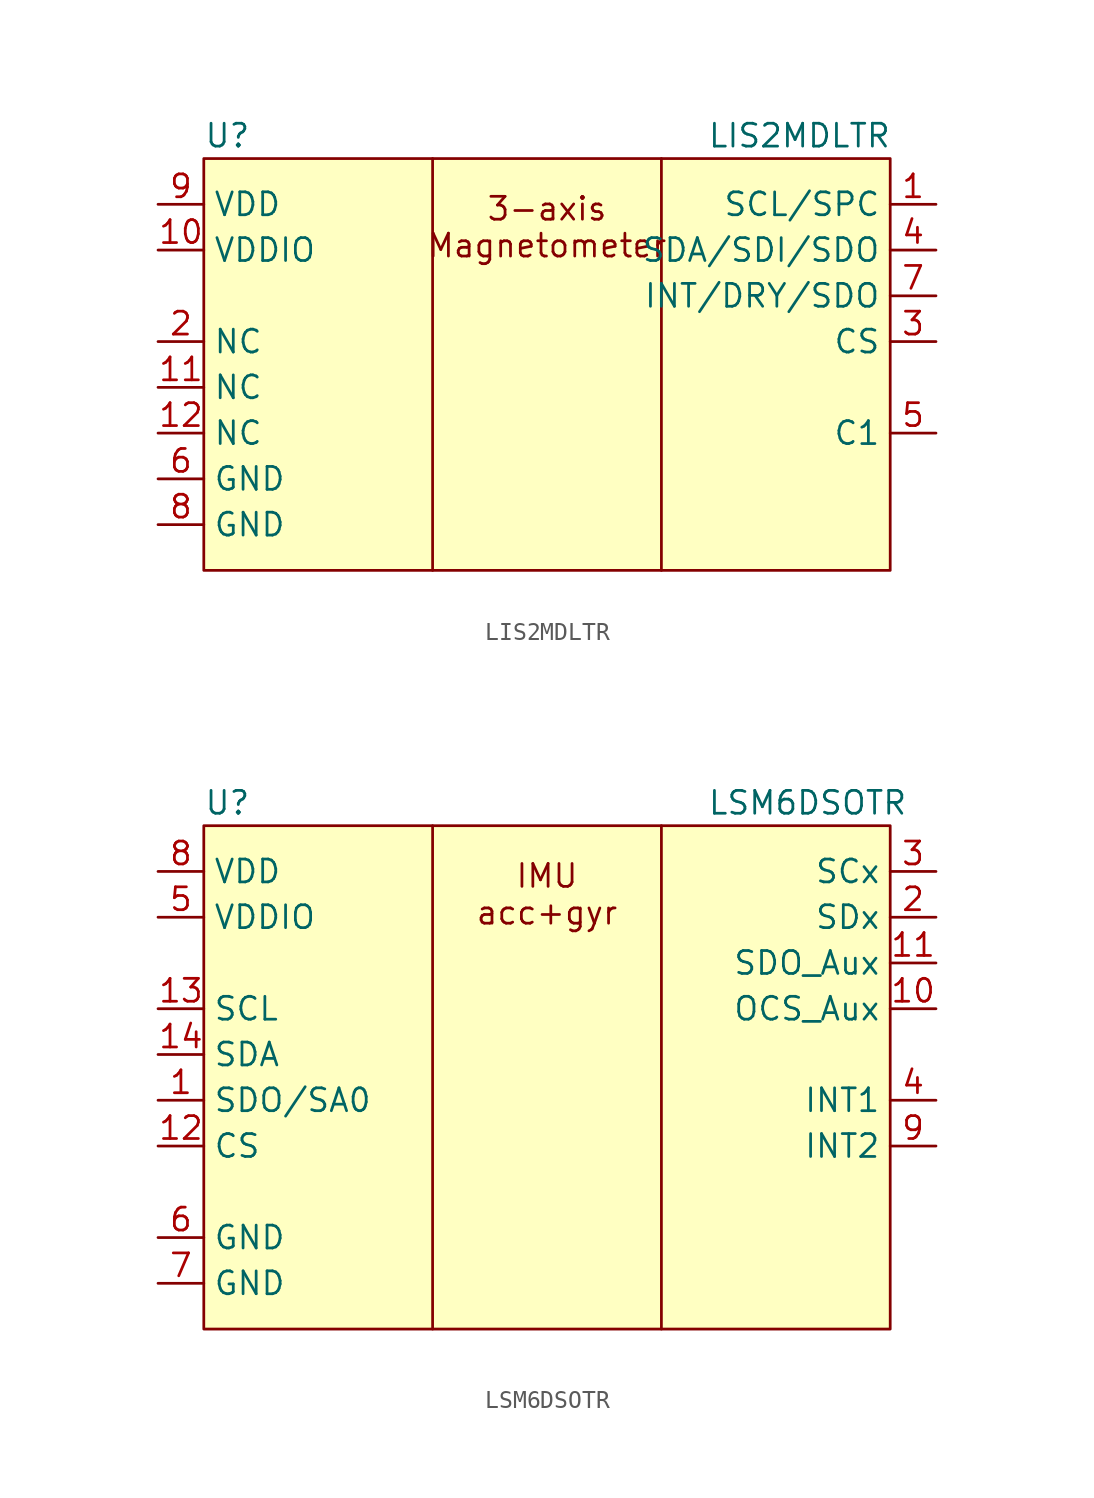
<source format=kicad_sym>
(kicad_symbol_lib
  (version 20231120)
  (generator "kicad_symbol_editor")
  (generator_version "8.0")
  (symbol "LIS2MDLTR"
    (property "Reference" "U"
      (at 0 1.27 0)
      (do_not_autoplace)
      (effects (font (size 1.27 1.27)) (justify left)))
    (property "Value" "LIS2MDLTR"
      (at 27.94 1.27 0)
      (do_not_autoplace)
      (effects (font (size 1.27 1.27)) (justify left)))
    (symbol "LIS2MDLTR_0_1"
      (polyline (pts (xy 12.7 0) (xy 12.7 -22.86)) (stroke (width 0) (type default)) (fill (type none)))
      (polyline (pts (xy 25.4 0) (xy 25.4 -22.86)) (stroke (width 0) (type default)) (fill (type none))))
    (symbol "LIS2MDLTR_1_1"
      (rectangle (start 0 0) (end 38.1 -22.86) (stroke (width 0) (type default)) (fill (type background)))
      (text "3-axis\nMagnetometer" (at 19.05 -3.81 0) (effects (font (size 1.27 1.27))))
      (pin unspecified line (at 40.64 -2.54 180) (length 2.54) (name "SCL/SPC" (effects (font (size 1.27 1.27)))) (number "1" (effects (font (size 1.27 1.27)))))
      (pin unspecified line (at -2.54 -5.08 0) (length 2.54) (name "VDDIO" (effects (font (size 1.27 1.27)))) (number "10" (effects (font (size 1.27 1.27)))))
      (pin unspecified line (at -2.54 -12.7 0) (length 2.54) (name "NC" (effects (font (size 1.27 1.27)))) (number "11" (effects (font (size 1.27 1.27)))))
      (pin unspecified line (at -2.54 -15.24 0) (length 2.54) (name "NC" (effects (font (size 1.27 1.27)))) (number "12" (effects (font (size 1.27 1.27)))))
      (pin unspecified line (at -2.54 -10.16 0) (length 2.54) (name "NC" (effects (font (size 1.27 1.27)))) (number "2" (effects (font (size 1.27 1.27)))))
      (pin unspecified line (at 40.64 -10.16 180) (length 2.54) (name "CS" (effects (font (size 1.27 1.27)))) (number "3" (effects (font (size 1.27 1.27)))))
      (pin unspecified line (at 40.64 -5.08 180) (length 2.54) (name "SDA/SDI/SDO" (effects (font (size 1.27 1.27)))) (number "4" (effects (font (size 1.27 1.27)))))
      (pin unspecified line (at 40.64 -15.24 180) (length 2.54) (name "C1" (effects (font (size 1.27 1.27)))) (number "5" (effects (font (size 1.27 1.27)))))
      (pin unspecified line (at -2.54 -17.78 0) (length 2.54) (name "GND" (effects (font (size 1.27 1.27)))) (number "6" (effects (font (size 1.27 1.27)))))
      (pin unspecified line (at 40.64 -7.62 180) (length 2.54) (name "INT/DRY/SDO" (effects (font (size 1.27 1.27)))) (number "7" (effects (font (size 1.27 1.27)))))
      (pin unspecified line (at -2.54 -20.32 0) (length 2.54) (name "GND" (effects (font (size 1.27 1.27)))) (number "8" (effects (font (size 1.27 1.27)))))
      (pin unspecified line (at -2.54 -2.54 0) (length 2.54) (name "VDD" (effects (font (size 1.27 1.27)))) (number "9" (effects (font (size 1.27 1.27)))))))
  (symbol "LSM6DSOTR"
    (property "Reference" "U"
      (at 0 1.27 0)
      (do_not_autoplace)
      (effects (font (size 1.27 1.27)) (justify left)))
    (property "Value" "LSM6DSOTR"
      (at 27.94 1.27 0)
      (do_not_autoplace)
      (effects (font (size 1.27 1.27)) (justify left)))
    (symbol "LSM6DSOTR_0_1"
      (polyline (pts (xy 12.7 0) (xy 12.7 -27.94)) (stroke (width 0) (type default)) (fill (type none)))
      (polyline (pts (xy 25.4 0) (xy 25.4 -27.94)) (stroke (width 0) (type default)) (fill (type none))))
    (symbol "LSM6DSOTR_1_1"
      (rectangle (start 0 0) (end 38.1 -27.94) (stroke (width 0) (type default)) (fill (type background)))
      (text "IMU\nacc+gyr" (at 19.05 -3.81 0) (effects (font (size 1.27 1.27))))
      (pin unspecified line (at -2.54 -15.24 0) (length 2.54) (name "SDO/SA0" (effects (font (size 1.27 1.27)))) (number "1" (effects (font (size 1.27 1.27)))))
      (pin unspecified line (at 40.64 -10.16 180) (length 2.54) (name "OCS_Aux" (effects (font (size 1.27 1.27)))) (number "10" (effects (font (size 1.27 1.27)))))
      (pin unspecified line (at 40.64 -7.62 180) (length 2.54) (name "SDO_Aux" (effects (font (size 1.27 1.27)))) (number "11" (effects (font (size 1.27 1.27)))))
      (pin unspecified line (at -2.54 -17.78 0) (length 2.54) (name "CS" (effects (font (size 1.27 1.27)))) (number "12" (effects (font (size 1.27 1.27)))))
      (pin unspecified line (at -2.54 -10.16 0) (length 2.54) (name "SCL" (effects (font (size 1.27 1.27)))) (number "13" (effects (font (size 1.27 1.27)))))
      (pin unspecified line (at -2.54 -12.7 0) (length 2.54) (name "SDA" (effects (font (size 1.27 1.27)))) (number "14" (effects (font (size 1.27 1.27)))))
      (pin unspecified line (at 40.64 -5.08 180) (length 2.54) (name "SDx" (effects (font (size 1.27 1.27)))) (number "2" (effects (font (size 1.27 1.27)))))
      (pin unspecified line (at 40.64 -2.54 180) (length 2.54) (name "SCx" (effects (font (size 1.27 1.27)))) (number "3" (effects (font (size 1.27 1.27)))))
      (pin unspecified line (at 40.64 -15.24 180) (length 2.54) (name "INT1" (effects (font (size 1.27 1.27)))) (number "4" (effects (font (size 1.27 1.27)))))
      (pin unspecified line (at -2.54 -5.08 0) (length 2.54) (name "VDDIO" (effects (font (size 1.27 1.27)))) (number "5" (effects (font (size 1.27 1.27)))))
      (pin unspecified line (at -2.54 -22.86 0) (length 2.54) (name "GND" (effects (font (size 1.27 1.27)))) (number "6" (effects (font (size 1.27 1.27)))))
      (pin unspecified line (at -2.54 -25.4 0) (length 2.54) (name "GND" (effects (font (size 1.27 1.27)))) (number "7" (effects (font (size 1.27 1.27)))))
      (pin unspecified line (at -2.54 -2.54 0) (length 2.54) (name "VDD" (effects (font (size 1.27 1.27)))) (number "8" (effects (font (size 1.27 1.27)))))
      (pin unspecified line (at 40.64 -17.78 180) (length 2.54) (name "INT2" (effects (font (size 1.27 1.27)))) (number "9" (effects (font (size 1.27 1.27))))))))
</source>
